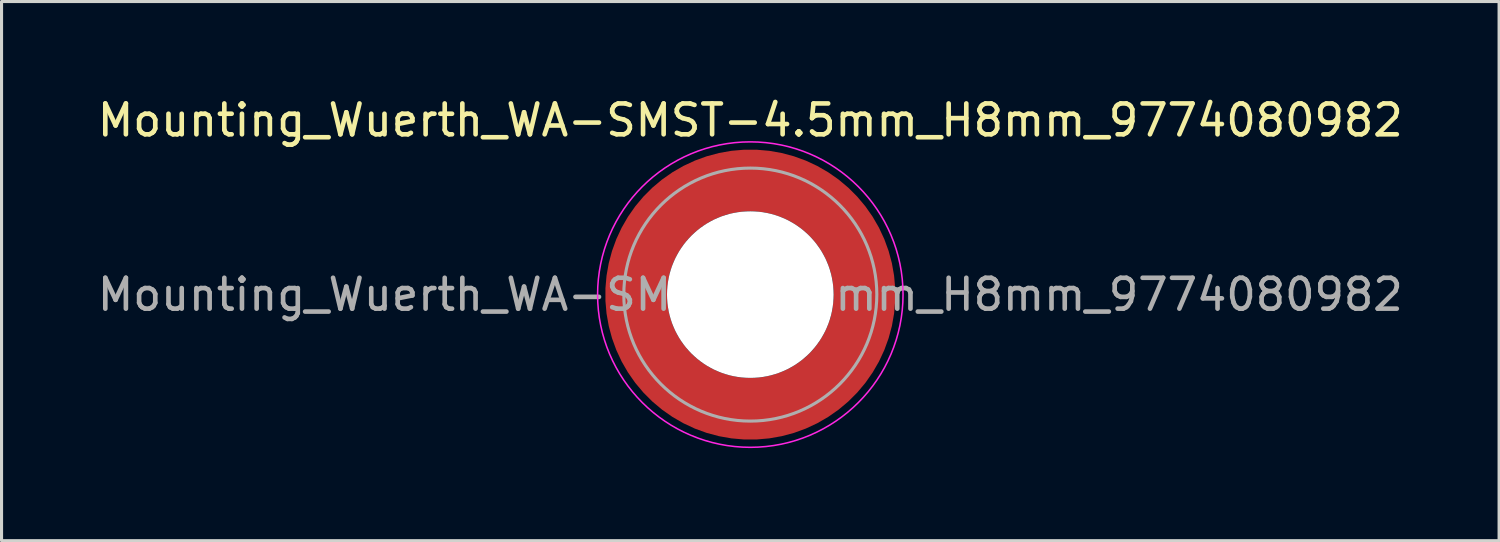
<source format=kicad_pcb>
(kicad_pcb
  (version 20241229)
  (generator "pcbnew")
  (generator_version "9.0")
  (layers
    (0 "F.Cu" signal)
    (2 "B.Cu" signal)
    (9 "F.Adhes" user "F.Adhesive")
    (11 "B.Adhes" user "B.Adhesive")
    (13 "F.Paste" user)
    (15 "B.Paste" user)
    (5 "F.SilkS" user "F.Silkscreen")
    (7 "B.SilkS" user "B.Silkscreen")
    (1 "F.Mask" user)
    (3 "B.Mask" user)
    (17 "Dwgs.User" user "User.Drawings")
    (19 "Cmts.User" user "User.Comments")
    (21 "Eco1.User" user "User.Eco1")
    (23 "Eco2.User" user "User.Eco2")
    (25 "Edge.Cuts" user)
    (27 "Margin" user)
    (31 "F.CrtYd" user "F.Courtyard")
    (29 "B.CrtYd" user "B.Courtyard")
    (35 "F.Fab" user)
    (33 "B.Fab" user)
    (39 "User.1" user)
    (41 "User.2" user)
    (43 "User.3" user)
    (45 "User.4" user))
  (footprint "Mounting_Wuerth_WA-SMST-4.5mm_H8mm_9774080982"
    (layer "F.Cu")
    (at 21.268 6.498)
    (property "Reference" "Mounting_Wuerth_WA-SMST-4.5mm_H8mm_9774080982" (at 0 -5.65 0) (layer "F.SilkS") (effects (font (size 1 1) (thickness 0.15))))
    (attr smd)
    (fp_circle (center 0 0) (end 4.95 0) (stroke (width 0.05) (type solid)) (fill no) (layer "F.CrtYd"))
    (fp_circle (center 0 0) (end 4.1 0) (stroke (width 0.1) (type solid)) (fill no) (layer "F.Fab"))
    (fp_text user "${REFERENCE}" (at 0 0 0) (layer "F.Fab") (effects (font (size 1 1) (thickness 0.15))))
    (pad "" smd custom (at -2.607 -2.607) (size 1.495 1.495) (layers "F.Paste") (options (anchor circle)) (primitives (gr_arc (start -0.188183 2.107456) (mid 0.598928 0.599619) (end 2.106494 -0.188011) (width 0.2)) (gr_arc (start -0.289416 2.107456) (mid 0.528508 0.529033) (end 2.106724 -0.28929) (width 0.2)) (gr_arc (start -0.390547 2.107456) (mid 0.457087 0.459449) (end 2.104161 -0.389996) (width 0.2)) (gr_arc (start -0.491585 2.107456) (mid 0.386415 0.389116) (end 2.103685 -0.490974) (width 0.2)) (gr_arc (start -0.59254 2.107456) (mid 0.31649 0.318035) (end 2.105297 -0.592202) (width 0.2)) (gr_arc (start -0.693419 2.107456) (mid 0.245252 0.248268) (end 2.103239 -0.692777) (width 0.2)) (gr_arc (start -0.794229 2.107456) (mid 0.174636 0.177878) (end 2.102921 -0.793559) (width 0.2)) (gr_arc (start -0.894975 2.107456) (mid 0.104643 0.106866) (end 2.104343 -0.894529) (width 0.2)) (gr_arc (start -0.995664 2.107456) (mid 0.033026 0.037479) (end 2.101219 -0.994793) (width 0.2)) (gr_arc (start -1.0963 2.107456) (mid -0.035789 -0.034714) (end 2.105949 -1.096096) (width 0.2)) (gr_arc (start -1.196886 2.107456) (mid -0.106351 -0.105157) (end 2.105783 -1.196666) (width 0.2)) (gr_arc (start -1.297427 2.107456) (mid -0.176416 -0.176097) (end 2.107009 -1.29737) (width 0.2)) (gr_arc (start -1.397927 2.107456) (mid -0.248476 -0.245042) (end 2.102638 -1.397323) (width 0.2)) (gr_arc (start -1.498388 2.107456) (mid -0.317612 -0.316913) (end 2.106475 -1.498268) (width 0.2)) (gr_arc (start -1.598813 2.107456) (mid -0.388865 -0.386665) (end 2.104366 -1.598444) (width 0.2)) (gr_arc (start -1.699204 2.107456) (mid -0.459747 -0.456787) (end 2.103299 -1.698719) (width 0.2)) (gr_arc (start -1.799565 2.107456) (mid -0.530257 -0.527283) (end 2.103277 -1.799089) (width 0.2)) (gr_arc (start -1.899896 2.107456) (mid -0.600396 -0.59815) (end 2.104299 -1.899545) (width 0.2)) (gr_arc (start -1.899896 2.107456) (mid -0.600396 -0.59815) (end 2.104299 -1.899545) (width 0.2)) (gr_line (start 2.107 -0.188) (end 2.107 -1.9) (width 0.2)) (gr_line (start -0.188 2.107) (end -1.9 2.107) (width 0.2))))
    (pad "" smd custom (at -2.607 2.607) (size 1.495 1.495) (layers "F.Paste") (options (anchor circle)) (primitives (gr_arc (start 2.107456 0.188183) (mid 0.599619 -0.598928) (end -0.188011 -2.106494) (width 0.2)) (gr_arc (start 2.107456 0.289416) (mid 0.529033 -0.528508) (end -0.28929 -2.106724) (width 0.2)) (gr_arc (start 2.107456 0.390547) (mid 0.459449 -0.457087) (end -0.389996 -2.104161) (width 0.2)) (gr_arc (start 2.107456 0.491585) (mid 0.389116 -0.386415) (end -0.490974 -2.103685) (width 0.2)) (gr_arc (start 2.107456 0.59254) (mid 0.318035 -0.31649) (end -0.592202 -2.105297) (width 0.2)) (gr_arc (start 2.107456 0.693419) (mid 0.248268 -0.245252) (end -0.692777 -2.103239) (width 0.2)) (gr_arc (start 2.107456 0.794229) (mid 0.177878 -0.174636) (end -0.793559 -2.102921) (width 0.2)) (gr_arc (start 2.107456 0.894975) (mid 0.106866 -0.104643) (end -0.894529 -2.104343) (width 0.2)) (gr_arc (start 2.107456 0.995664) (mid 0.037479 -0.033026) (end -0.994793 -2.101219) (width 0.2)) (gr_arc (start 2.107456 1.0963) (mid -0.034714 0.035789) (end -1.096096 -2.105949) (width 0.2)) (gr_arc (start 2.107456 1.196886) (mid -0.105157 0.106351) (end -1.196666 -2.105783) (width 0.2)) (gr_arc (start 2.107456 1.297427) (mid -0.176097 0.176416) (end -1.29737 -2.107009) (width 0.2)) (gr_arc (start 2.107456 1.397927) (mid -0.245042 0.248476) (end -1.397323 -2.102638) (width 0.2)) (gr_arc (start 2.107456 1.498388) (mid -0.316913 0.317612) (end -1.498268 -2.106475) (width 0.2)) (gr_arc (start 2.107456 1.598813) (mid -0.386665 0.388865) (end -1.598444 -2.104366) (width 0.2)) (gr_arc (start 2.107456 1.699204) (mid -0.456787 0.459747) (end -1.698719 -2.103299) (width 0.2)) (gr_arc (start 2.107456 1.799565) (mid -0.527283 0.530257) (end -1.799089 -2.103277) (width 0.2)) (gr_arc (start 2.107456 1.899896) (mid -0.59815 0.600396) (end -1.899545 -2.104299) (width 0.2)) (gr_arc (start 2.107456 1.899896) (mid -0.59815 0.600396) (end -1.899545 -2.104299) (width 0.2)) (gr_line (start -0.188 -2.107) (end -1.9 -2.107) (width 0.2)) (gr_line (start 2.107 0.188) (end 2.107 1.9) (width 0.2))))
    (pad "" np_thru_hole circle (at 0 0) (size 5.4 5.4) (drill 5.4) (layers "*.Cu" "*.Mask"))
    (pad "" smd custom (at 2.607 -2.607) (size 1.495 1.495) (layers "F.Paste") (options (anchor circle)) (primitives (gr_arc (start -2.107456 -0.188183) (mid -0.599619 0.598928) (end 0.188011 2.106494) (width 0.2)) (gr_arc (start -2.107456 -0.289416) (mid -0.529033 0.528508) (end 0.28929 2.106724) (width 0.2)) (gr_arc (start -2.107456 -0.390547) (mid -0.459449 0.457087) (end 0.389996 2.104161) (width 0.2)) (gr_arc (start -2.107456 -0.491585) (mid -0.389116 0.386415) (end 0.490974 2.103685) (width 0.2)) (gr_arc (start -2.107456 -0.59254) (mid -0.318035 0.31649) (end 0.592202 2.105297) (width 0.2)) (gr_arc (start -2.107456 -0.693419) (mid -0.248268 0.245252) (end 0.692777 2.103239) (width 0.2)) (gr_arc (start -2.107456 -0.794229) (mid -0.177878 0.174636) (end 0.793559 2.102921) (width 0.2)) (gr_arc (start -2.107456 -0.894975) (mid -0.106866 0.104643) (end 0.894529 2.104343) (width 0.2)) (gr_arc (start -2.107456 -0.995664) (mid -0.037479 0.033026) (end 0.994793 2.101219) (width 0.2)) (gr_arc (start -2.107456 -1.0963) (mid 0.034714 -0.035789) (end 1.096096 2.105949) (width 0.2)) (gr_arc (start -2.107456 -1.196886) (mid 0.105157 -0.106351) (end 1.196666 2.105783) (width 0.2)) (gr_arc (start -2.107456 -1.297427) (mid 0.176097 -0.176416) (end 1.29737 2.107009) (width 0.2)) (gr_arc (start -2.107456 -1.397927) (mid 0.245042 -0.248476) (end 1.397323 2.102638) (width 0.2)) (gr_arc (start -2.107456 -1.498388) (mid 0.316913 -0.317612) (end 1.498268 2.106475) (width 0.2)) (gr_arc (start -2.107456 -1.598813) (mid 0.386665 -0.388865) (end 1.598444 2.104366) (width 0.2)) (gr_arc (start -2.107456 -1.699204) (mid 0.456787 -0.459747) (end 1.698719 2.103299) (width 0.2)) (gr_arc (start -2.107456 -1.799565) (mid 0.527283 -0.530257) (end 1.799089 2.103277) (width 0.2)) (gr_arc (start -2.107456 -1.899896) (mid 0.59815 -0.600396) (end 1.899545 2.104299) (width 0.2)) (gr_arc (start -2.107456 -1.899896) (mid 0.59815 -0.600396) (end 1.899545 2.104299) (width 0.2)) (gr_line (start 0.188 2.107) (end 1.9 2.107) (width 0.2)) (gr_line (start -2.107 -0.188) (end -2.107 -1.9) (width 0.2))))
    (pad "" smd custom (at 2.607 2.607) (size 1.495 1.495) (layers "F.Paste") (options (anchor circle)) (primitives (gr_arc (start 0.188183 -2.107456) (mid -0.598928 -0.599619) (end -2.106494 0.188011) (width 0.2)) (gr_arc (start 0.289416 -2.107456) (mid -0.528508 -0.529033) (end -2.106724 0.28929) (width 0.2)) (gr_arc (start 0.390547 -2.107456) (mid -0.457087 -0.459449) (end -2.104161 0.389996) (width 0.2)) (gr_arc (start 0.491585 -2.107456) (mid -0.386415 -0.389116) (end -2.103685 0.490974) (width 0.2)) (gr_arc (start 0.59254 -2.107456) (mid -0.31649 -0.318035) (end -2.105297 0.592202) (width 0.2)) (gr_arc (start 0.693419 -2.107456) (mid -0.245252 -0.248268) (end -2.103239 0.692777) (width 0.2)) (gr_arc (start 0.794229 -2.107456) (mid -0.174636 -0.177878) (end -2.102921 0.793559) (width 0.2)) (gr_arc (start 0.894975 -2.107456) (mid -0.104643 -0.106866) (end -2.104343 0.894529) (width 0.2)) (gr_arc (start 0.995664 -2.107456) (mid -0.033026 -0.037479) (end -2.101219 0.994793) (width 0.2)) (gr_arc (start 1.0963 -2.107456) (mid 0.035789 0.034714) (end -2.105949 1.096096) (width 0.2)) (gr_arc (start 1.196886 -2.107456) (mid 0.106351 0.105157) (end -2.105783 1.196666) (width 0.2)) (gr_arc (start 1.297427 -2.107456) (mid 0.176416 0.176097) (end -2.107009 1.29737) (width 0.2)) (gr_arc (start 1.397927 -2.107456) (mid 0.248476 0.245042) (end -2.102638 1.397323) (width 0.2)) (gr_arc (start 1.498388 -2.107456) (mid 0.317612 0.316913) (end -2.106475 1.498268) (width 0.2)) (gr_arc (start 1.598813 -2.107456) (mid 0.388865 0.386665) (end -2.104366 1.598444) (width 0.2)) (gr_arc (start 1.699204 -2.107456) (mid 0.459747 0.456787) (end -2.103299 1.698719) (width 0.2)) (gr_arc (start 1.799565 -2.107456) (mid 0.530257 0.527283) (end -2.103277 1.799089) (width 0.2)) (gr_arc (start 1.899896 -2.107456) (mid 0.600396 0.59815) (end -2.104299 1.899545) (width 0.2)) (gr_arc (start 1.899896 -2.107456) (mid 0.600396 0.59815) (end -2.104299 1.899545) (width 0.2)) (gr_line (start -2.107 0.188) (end -2.107 1.9) (width 0.2)) (gr_line (start 0.188 -2.107) (end 1.9 -2.107) (width 0.2))))
    (pad "1" smd circle (at -3.7 0) (size 1.6 1.6) (layers "F.Cu"))
    (pad "1" smd circle (at 0 -3.7) (size 1.6 1.6) (layers "F.Cu"))
    (pad "1" smd circle (at 0 3.7) (size 1.6 1.6) (layers "F.Cu"))
    (pad "1" smd custom (at 3.7 0) (size 1.6 1.6) (layers "F.Cu" "F.Mask") (options (anchor circle)) (primitives (gr_circle (center -3.7 0) (end 0 0) (width 2) (fill no)))))
  (gr_rect
    (start -3 -3)
    (end 45.536 14.473)
    (stroke (width 0.1) (type default))
    (fill no)
    (layer "Edge.Cuts")))
</source>
